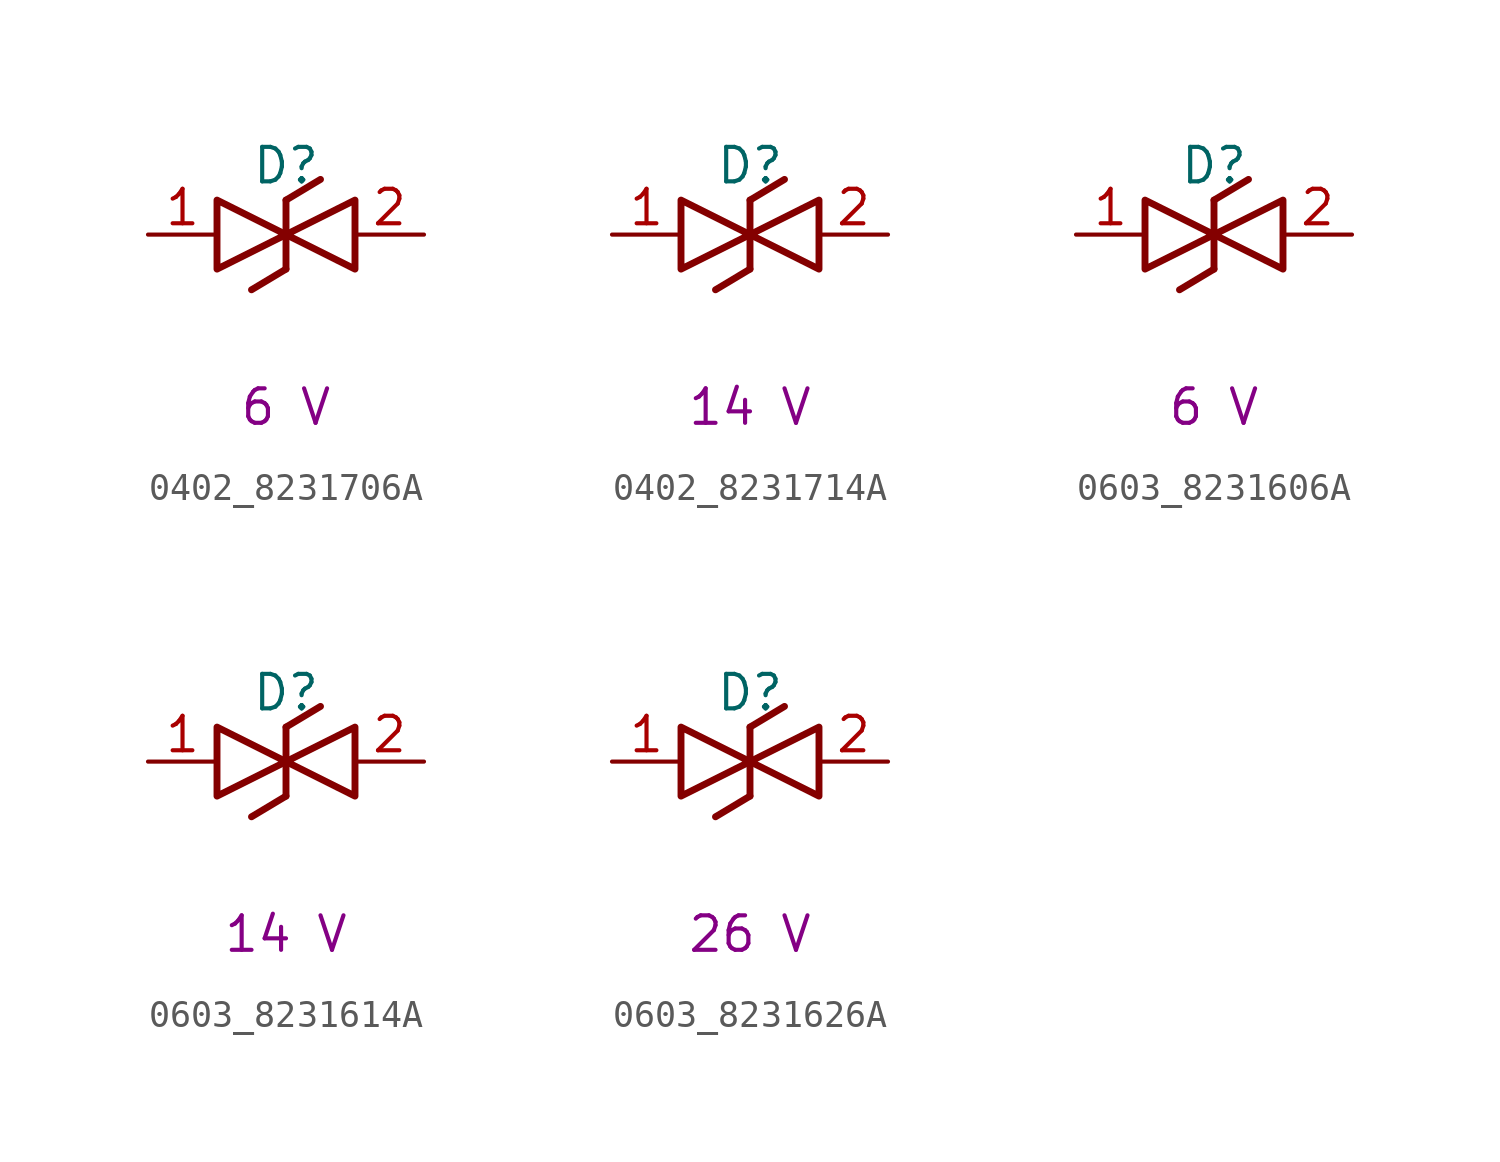
<source format=kicad_sym>
(kicad_symbol_lib
  (version 20220914)
  (generator kicad_symbol_editor)
  (symbol "0402_8231706A"
    (pin_names hide)
    (property "Reference" "D"
      (at 0 2.54 0)
      (effects (font (size 1.27 1.27))))
    (property "Critical Parameter" "6 V"
      (at 0 -6.35 0)
      (effects (font (size 1.27 1.27))))
    (symbol "0402_8231706A_0_1"
      (polyline (pts (xy -2.54 1.27) (xy -2.54 -1.27) (xy 2.54 1.27) (xy 2.54 -1.27) (xy -2.54 1.27)) (stroke (width 0.254) (type default)) (fill (type none))))
    (symbol "0402_8231706A_1_1"
      (polyline (pts (xy 0 -1.27) (xy -1.27 -2.032)) (stroke (width 0.254) (type default)) (fill (type none)))
      (polyline (pts (xy 0 1.27) (xy 0 -1.27)) (stroke (width 0.254) (type default)) (fill (type none)))
      (polyline (pts (xy 0 1.27) (xy 1.27 2.032)) (stroke (width 0.254) (type default)) (fill (type none)))
      (pin passive line (at -5.08 0 0) (length 2.54) (name "1" (effects (font (size 1.27 1.27)))) (number "1" (effects (font (size 1.27 1.27)))))
      (pin passive line (at 5.08 0 180) (length 2.54) (name "2" (effects (font (size 1.27 1.27)))) (number "2" (effects (font (size 1.27 1.27)))))))
  (symbol "0402_8231714A"
    (pin_names hide)
    (property "Reference" "D"
      (at 0 2.54 0)
      (effects (font (size 1.27 1.27))))
    (property "Critical Parameter" "14 V"
      (at 0 -6.35 0)
      (effects (font (size 1.27 1.27))))
    (symbol "0402_8231714A_0_1"
      (polyline (pts (xy -2.54 1.27) (xy -2.54 -1.27) (xy 2.54 1.27) (xy 2.54 -1.27) (xy -2.54 1.27)) (stroke (width 0.254) (type default)) (fill (type none))))
    (symbol "0402_8231714A_1_1"
      (polyline (pts (xy 0 -1.27) (xy -1.27 -2.032)) (stroke (width 0.254) (type default)) (fill (type none)))
      (polyline (pts (xy 0 1.27) (xy 0 -1.27)) (stroke (width 0.254) (type default)) (fill (type none)))
      (polyline (pts (xy 0 1.27) (xy 1.27 2.032)) (stroke (width 0.254) (type default)) (fill (type none)))
      (pin passive line (at -5.08 0 0) (length 2.54) (name "1" (effects (font (size 1.27 1.27)))) (number "1" (effects (font (size 1.27 1.27)))))
      (pin passive line (at 5.08 0 180) (length 2.54) (name "2" (effects (font (size 1.27 1.27)))) (number "2" (effects (font (size 1.27 1.27)))))))
  (symbol "0603_8231606A"
    (pin_names hide)
    (property "Reference" "D"
      (at 0 2.54 0)
      (effects (font (size 1.27 1.27))))
    (property "Critical Parameter" "6 V"
      (at 0 -6.35 0)
      (effects (font (size 1.27 1.27))))
    (symbol "0603_8231606A_0_1"
      (polyline (pts (xy -2.54 1.27) (xy -2.54 -1.27) (xy 2.54 1.27) (xy 2.54 -1.27) (xy -2.54 1.27)) (stroke (width 0.254) (type default)) (fill (type none))))
    (symbol "0603_8231606A_1_1"
      (polyline (pts (xy 0 -1.27) (xy -1.27 -2.032)) (stroke (width 0.254) (type default)) (fill (type none)))
      (polyline (pts (xy 0 1.27) (xy 0 -1.27)) (stroke (width 0.254) (type default)) (fill (type none)))
      (polyline (pts (xy 0 1.27) (xy 1.27 2.032)) (stroke (width 0.254) (type default)) (fill (type none)))
      (pin passive line (at -5.08 0 0) (length 2.54) (name "1" (effects (font (size 1.27 1.27)))) (number "1" (effects (font (size 1.27 1.27)))))
      (pin passive line (at 5.08 0 180) (length 2.54) (name "2" (effects (font (size 1.27 1.27)))) (number "2" (effects (font (size 1.27 1.27)))))))
  (symbol "0603_8231614A"
    (pin_names hide)
    (property "Reference" "D"
      (at 0 2.54 0)
      (effects (font (size 1.27 1.27))))
    (property "Critical Parameter" "14 V"
      (at 0 -6.35 0)
      (effects (font (size 1.27 1.27))))
    (symbol "0603_8231614A_0_1"
      (polyline (pts (xy -2.54 1.27) (xy -2.54 -1.27) (xy 2.54 1.27) (xy 2.54 -1.27) (xy -2.54 1.27)) (stroke (width 0.254) (type default)) (fill (type none))))
    (symbol "0603_8231614A_1_1"
      (polyline (pts (xy 0 -1.27) (xy -1.27 -2.032)) (stroke (width 0.254) (type default)) (fill (type none)))
      (polyline (pts (xy 0 1.27) (xy 0 -1.27)) (stroke (width 0.254) (type default)) (fill (type none)))
      (polyline (pts (xy 0 1.27) (xy 1.27 2.032)) (stroke (width 0.254) (type default)) (fill (type none)))
      (pin passive line (at -5.08 0 0) (length 2.54) (name "1" (effects (font (size 1.27 1.27)))) (number "1" (effects (font (size 1.27 1.27)))))
      (pin passive line (at 5.08 0 180) (length 2.54) (name "2" (effects (font (size 1.27 1.27)))) (number "2" (effects (font (size 1.27 1.27)))))))
  (symbol "0603_8231626A"
    (pin_names hide)
    (property "Reference" "D"
      (at 0 2.54 0)
      (effects (font (size 1.27 1.27))))
    (property "Critical Parameter" "26 V"
      (at 0 -6.35 0)
      (effects (font (size 1.27 1.27))))
    (symbol "0603_8231626A_0_1"
      (polyline (pts (xy -2.54 1.27) (xy -2.54 -1.27) (xy 2.54 1.27) (xy 2.54 -1.27) (xy -2.54 1.27)) (stroke (width 0.254) (type default)) (fill (type none))))
    (symbol "0603_8231626A_1_1"
      (polyline (pts (xy 0 -1.27) (xy -1.27 -2.032)) (stroke (width 0.254) (type default)) (fill (type none)))
      (polyline (pts (xy 0 1.27) (xy 0 -1.27)) (stroke (width 0.254) (type default)) (fill (type none)))
      (polyline (pts (xy 0 1.27) (xy 1.27 2.032)) (stroke (width 0.254) (type default)) (fill (type none)))
      (pin passive line (at -5.08 0 0) (length 2.54) (name "1" (effects (font (size 1.27 1.27)))) (number "1" (effects (font (size 1.27 1.27)))))
      (pin passive line (at 5.08 0 180) (length 2.54) (name "2" (effects (font (size 1.27 1.27)))) (number "2" (effects (font (size 1.27 1.27))))))))
</source>
